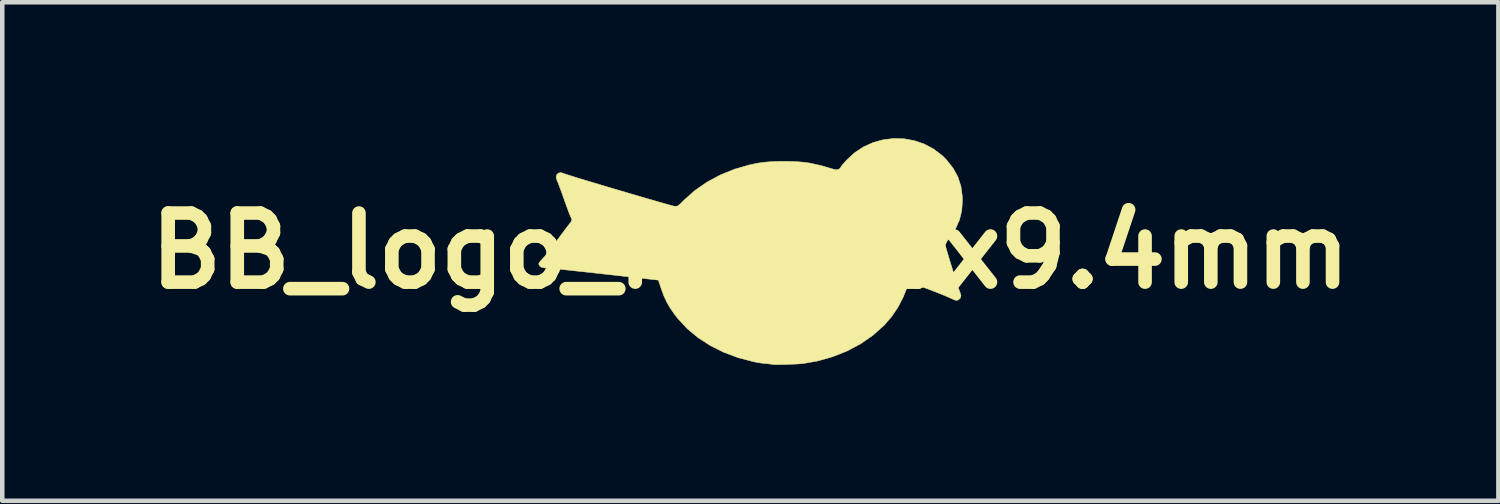
<source format=kicad_pcb>
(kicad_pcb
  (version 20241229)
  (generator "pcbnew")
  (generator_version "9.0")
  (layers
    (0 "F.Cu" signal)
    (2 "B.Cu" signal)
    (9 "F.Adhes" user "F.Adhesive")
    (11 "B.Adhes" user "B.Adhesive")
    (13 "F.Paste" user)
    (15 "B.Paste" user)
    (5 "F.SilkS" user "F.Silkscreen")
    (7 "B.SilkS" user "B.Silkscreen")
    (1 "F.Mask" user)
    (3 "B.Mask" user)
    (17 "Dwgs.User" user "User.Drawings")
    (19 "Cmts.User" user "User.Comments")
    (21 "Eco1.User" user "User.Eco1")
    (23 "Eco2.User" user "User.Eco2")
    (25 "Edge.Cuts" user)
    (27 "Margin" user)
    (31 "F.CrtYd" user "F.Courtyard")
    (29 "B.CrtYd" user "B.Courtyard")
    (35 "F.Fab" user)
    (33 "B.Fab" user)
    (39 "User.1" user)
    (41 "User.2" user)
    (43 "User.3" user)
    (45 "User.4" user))
  (footprint "BB_logo_HxW_5x9.4mm"
    (layer "F.Cu")
    (at 13.506 2.485)
    (property "Reference" "BB_logo_HxW_5x9.4mm" (at 0 0 0) (layer "F.SilkS") (effects (font (size 1.524 1.524) (thickness 0.3))))
    (attr through_hole)
    (fp_poly (pts (xy 3.392 -2.473) (xy 3.619 -2.432) (xy 3.838 -2.357) (xy 4.044 -2.247) (xy 4.233 -2.103) (xy 4.324 -2.013) (xy 4.472 -1.827) (xy 4.579 -1.631) (xy 4.647 -1.422) (xy 4.677 -1.196) (xy 4.68 -1.112) (xy 4.664 -0.887) (xy 4.614 -0.682) (xy 4.528 -0.488) (xy 4.402 -0.298) (xy 4.393 -0.286) (xy 4.332 -0.2) (xy 4.305 -0.139) (xy 4.304 -0.116) (xy 4.32 -0.057) (xy 4.345 0.031) (xy 4.377 0.14) (xy 4.414 0.262) (xy 4.454 0.391) (xy 4.494 0.521) (xy 4.533 0.642) (xy 4.568 0.75) (xy 4.597 0.837) (xy 4.618 0.895) (xy 4.626 0.916) (xy 4.648 0.986) (xy 4.631 1.045) (xy 4.589 1.082) (xy 4.551 1.093) (xy 4.504 1.083) (xy 4.458 1.062) (xy 4.389 1.031) (xy 4.297 0.991) (xy 4.189 0.947) (xy 4.07 0.9) (xy 3.948 0.853) (xy 3.83 0.809) (xy 3.721 0.769) (xy 3.63 0.738) (xy 3.563 0.716) (xy 3.525 0.707) (xy 3.521 0.707) (xy 3.489 0.736) (xy 3.478 0.756) (xy 3.374 1.018) (xy 3.256 1.246) (xy 3.119 1.449) (xy 2.957 1.636) (xy 2.944 1.65) (xy 2.703 1.864) (xy 2.433 2.051) (xy 2.136 2.209) (xy 1.817 2.336) (xy 1.48 2.431) (xy 1.154 2.488) (xy 1.101 2.492) (xy 1.023 2.497) (xy 0.929 2.501) (xy 0.826 2.505) (xy 0.724 2.508) (xy 0.632 2.51) (xy 0.559 2.51) (xy 0.513 2.509) (xy 0.503 2.507) (xy 0.481 2.503) (xy 0.428 2.496) (xy 0.36 2.489) (xy 0.262 2.479) (xy 0.185 2.468) (xy 0.106 2.453) (xy 0.074 2.447) (xy -0.266 2.358) (xy -0.586 2.239) (xy -0.882 2.091) (xy -1.152 1.917) (xy -1.392 1.718) (xy -1.6 1.495) (xy -1.692 1.374) (xy -1.782 1.241) (xy -1.85 1.121) (xy -1.907 0.997) (xy -1.961 0.852) (xy -1.968 0.831) (xy -2.03 0.646) (xy -3.201 0.515) (xy -3.422 0.49) (xy -3.633 0.467) (xy -3.829 0.446) (xy -4.007 0.426) (xy -4.162 0.41) (xy -4.29 0.397) (xy -4.387 0.387) (xy -4.448 0.381) (xy -4.466 0.38) (xy -4.553 0.374) (xy -4.608 0.362) (xy -4.641 0.34) (xy -4.657 0.317) (xy -4.667 0.296) (xy -4.667 0.278) (xy -4.654 0.253) (xy -4.622 0.215) (xy -4.568 0.156) (xy -4.542 0.127) (xy -4.514 0.093) (xy -4.465 0.032) (xy -4.402 -0.05) (xy -4.329 -0.147) (xy -4.257 -0.243) (xy -4.18 -0.347) (xy -4.108 -0.443) (xy -4.048 -0.523) (xy -4.003 -0.581) (xy -3.979 -0.61) (xy -3.947 -0.654) (xy -3.94 -0.691) (xy -3.958 -0.74) (xy -3.969 -0.762) (xy -3.987 -0.803) (xy -4.015 -0.875) (xy -4.05 -0.971) (xy -4.09 -1.082) (xy -4.117 -1.158) (xy -4.158 -1.275) (xy -4.198 -1.382) (xy -4.232 -1.472) (xy -4.257 -1.535) (xy -4.268 -1.557) (xy -4.287 -1.626) (xy -4.272 -1.682) (xy -4.231 -1.718) (xy -4.171 -1.726) (xy -4.112 -1.705) (xy -4.083 -1.695) (xy -4.019 -1.674) (xy -3.922 -1.644) (xy -3.799 -1.605) (xy -3.652 -1.561) (xy -3.487 -1.511) (xy -3.307 -1.457) (xy -3.119 -1.401) (xy -2.924 -1.343) (xy -2.729 -1.286) (xy -2.538 -1.23) (xy -2.355 -1.176) (xy -2.184 -1.127) (xy -2.031 -1.082) (xy -1.899 -1.045) (xy -1.792 -1.015) (xy -1.716 -0.994) (xy -1.678 -0.985) (xy -1.644 -0.98) (xy -1.614 -0.986) (xy -1.58 -1.008) (xy -1.532 -1.05) (xy -1.465 -1.118) (xy -1.227 -1.33) (xy -0.959 -1.516) (xy -0.665 -1.674) (xy -0.35 -1.802) (xy -0.02 -1.897) (xy 0.074 -1.917) (xy 0.13 -1.928) (xy 0.169 -1.936) (xy 0.3 -1.955) (xy 0.461 -1.968) (xy 0.641 -1.975) (xy 0.828 -1.975) (xy 1.009 -1.969) (xy 1.174 -1.956) (xy 1.311 -1.937) (xy 1.312 -1.937) (xy 1.567 -1.88) (xy 1.783 -1.817) (xy 1.86 -1.794) (xy 1.911 -1.789) (xy 1.947 -1.799) (xy 1.98 -1.823) (xy 1.99 -1.839) (xy 2.003 -1.861) (xy 2.039 -1.907) (xy 2.091 -1.967) (xy 2.122 -2.001) (xy 2.299 -2.165) (xy 2.497 -2.295) (xy 2.709 -2.391) (xy 2.933 -2.452) (xy 3.162 -2.48) (xy 3.392 -2.473)) (stroke (width 0.01) (type solid)) (fill yes) (layer "F.SilkS")))
  (gr_rect
    (start -3 -3)
    (end 30.011 8)
    (stroke (width 0.1) (type default))
    (fill no)
    (layer "Edge.Cuts")))
</source>
